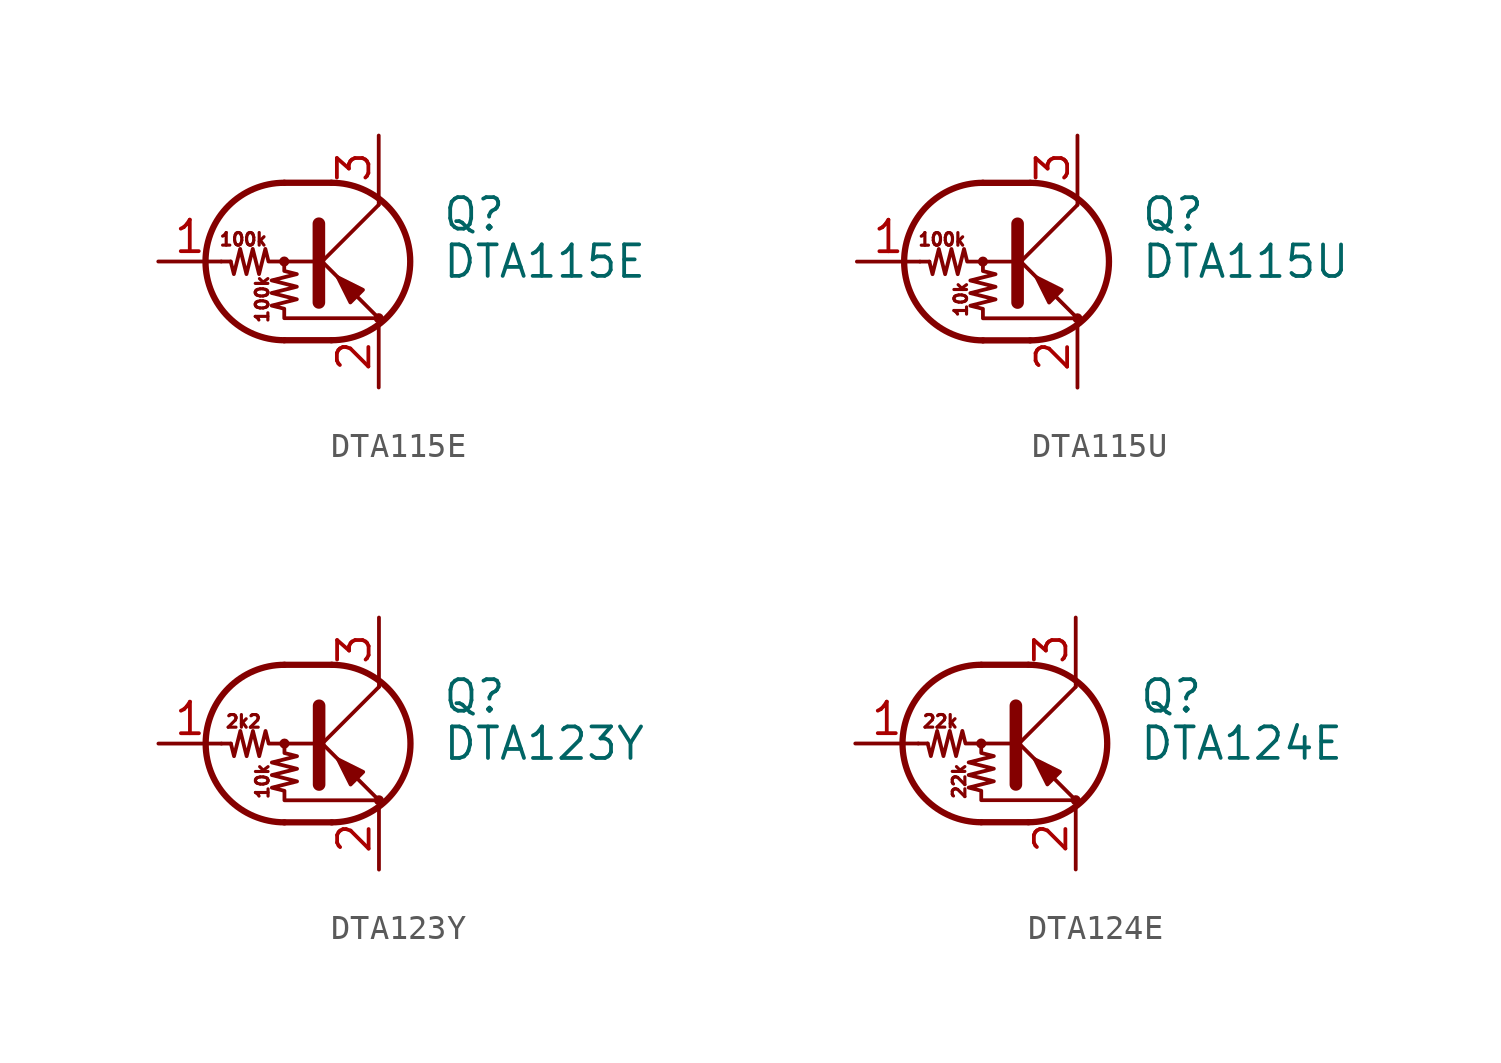
<source format=kicad_sym>
(kicad_symbol_lib
  (version 20231120)
  (generator "kicad_symbol_editor")
  (generator_version "8.0")
  (symbol "DTA115E"
    (pin_names
      (offset 0) hide)
    (property "Reference" "Q"
      (at 5.08 1.905 0)
      (effects (font (size 1.27 1.27)) (justify left)))
    (property "Value" "DTA115E"
      (at 5.08 0 0)
      (effects (font (size 1.27 1.27)) (justify left)))
    (symbol "DTA115E_0_0"
      (text "100k" (at -2.921 0.889 0) (effects (font (size 0.508 0.508))))
      (text "100k" (at -2.159 -1.524 900) (effects (font (size 0.508 0.508)))))
    (symbol "DTA115E_0_1"
      (circle (center -1.27 0) (radius 0.127) (stroke (width 0) (type default)) (fill (type none)))
      (arc (start -1.27 3.175) (mid -4.4312 0) (end -1.27 -3.175) (stroke (width 0.254) (type default)) (fill (type none)))
      (polyline (pts (xy -3.429 0) (xy -3.81 0)) (stroke (width 0) (type default)) (fill (type none)))
      (polyline (pts (xy -1.27 -3.175) (xy 0.635 -3.175)) (stroke (width 0.254) (type default)) (fill (type none)))
      (polyline (pts (xy -1.27 3.175) (xy 0.635 3.175)) (stroke (width 0.254) (type default)) (fill (type none)))
      (polyline (pts (xy 0 -0.254) (xy 2.54 2.286)) (stroke (width 0) (type default)) (fill (type none)))
      (polyline (pts (xy 0.127 1.524) (xy 0.127 -1.651)) (stroke (width 0.508) (type default)) (fill (type outline)))
      (polyline (pts (xy 2.54 2.286) (xy 2.54 2.54)) (stroke (width 0) (type default)) (fill (type none)))
      (polyline (pts (xy 2.54 -2.286) (xy 0 0.254) (xy 0 0.254)) (stroke (width 0) (type default)) (fill (type none)))
      (polyline (pts (xy 1.397 -1.651) (xy 1.905 -1.143) (xy 0.889 -0.635) (xy 1.397 -1.651)) (stroke (width 0) (type default)) (fill (type outline)))
      (polyline (pts (xy 0 0) (xy -1.905 0) (xy -2.032 0.508) (xy -2.286 -0.508) (xy -2.54 0.508) (xy -2.794 -0.508) (xy -3.048 0.508) (xy -3.302 -0.508) (xy -3.429 0)) (stroke (width 0) (type default)) (fill (type none)))
      (polyline (pts (xy -1.27 0) (xy -1.27 -0.381) (xy -0.762 -0.508) (xy -1.778 -0.762) (xy -0.762 -1.016) (xy -1.778 -1.27) (xy -0.762 -1.524) (xy -1.778 -1.778) (xy -1.27 -1.905) (xy -1.27 -2.286) (xy 2.54 -2.286)) (stroke (width 0) (type default)) (fill (type none)))
      (arc (start 0.635 -3.175) (mid 3.7962 0) (end 0.635 3.175) (stroke (width 0.254) (type default)) (fill (type none)))
      (circle (center 2.54 -2.286) (radius 0.127) (stroke (width 0) (type default)) (fill (type none))))
    (symbol "DTA115E_1_1"
      (pin input line (at -6.35 0 0) (length 2.54) (name "B" (effects (font (size 1.27 1.27)))) (number "1" (effects (font (size 1.27 1.27)))))
      (pin passive line (at 2.54 -5.08 90) (length 2.54) (name "E" (effects (font (size 1.27 1.27)))) (number "2" (effects (font (size 1.27 1.27)))))
      (pin passive line (at 2.54 5.08 270) (length 2.54) (name "C" (effects (font (size 1.27 1.27)))) (number "3" (effects (font (size 1.27 1.27)))))))
  (symbol "DTA115U"
    (pin_names
      (offset 0) hide)
    (property "Reference" "Q"
      (at 5.08 1.905 0)
      (effects (font (size 1.27 1.27)) (justify left)))
    (property "Value" "DTA115U"
      (at 5.08 0 0)
      (effects (font (size 1.27 1.27)) (justify left)))
    (symbol "DTA115U_0_0"
      (text "100k" (at -2.921 0.889 0) (effects (font (size 0.508 0.508))))
      (text "10k" (at -2.159 -1.524 900) (effects (font (size 0.508 0.508)))))
    (symbol "DTA115U_0_1"
      (circle (center -1.27 0) (radius 0.127) (stroke (width 0) (type default)) (fill (type none)))
      (arc (start -1.27 3.175) (mid -4.4312 0) (end -1.27 -3.175) (stroke (width 0.254) (type default)) (fill (type none)))
      (polyline (pts (xy -3.429 0) (xy -3.81 0)) (stroke (width 0) (type default)) (fill (type none)))
      (polyline (pts (xy -1.27 -3.175) (xy 0.635 -3.175)) (stroke (width 0.254) (type default)) (fill (type none)))
      (polyline (pts (xy -1.27 3.175) (xy 0.635 3.175)) (stroke (width 0.254) (type default)) (fill (type none)))
      (polyline (pts (xy 0 -0.254) (xy 2.54 2.286)) (stroke (width 0) (type default)) (fill (type none)))
      (polyline (pts (xy 0.127 1.524) (xy 0.127 -1.651)) (stroke (width 0.508) (type default)) (fill (type outline)))
      (polyline (pts (xy 2.54 2.286) (xy 2.54 2.54)) (stroke (width 0) (type default)) (fill (type none)))
      (polyline (pts (xy 2.54 -2.286) (xy 0 0.254) (xy 0 0.254)) (stroke (width 0) (type default)) (fill (type none)))
      (polyline (pts (xy 1.397 -1.651) (xy 1.905 -1.143) (xy 0.889 -0.635) (xy 1.397 -1.651)) (stroke (width 0) (type default)) (fill (type outline)))
      (polyline (pts (xy 0 0) (xy -1.905 0) (xy -2.032 0.508) (xy -2.286 -0.508) (xy -2.54 0.508) (xy -2.794 -0.508) (xy -3.048 0.508) (xy -3.302 -0.508) (xy -3.429 0)) (stroke (width 0) (type default)) (fill (type none)))
      (polyline (pts (xy -1.27 0) (xy -1.27 -0.381) (xy -0.762 -0.508) (xy -1.778 -0.762) (xy -0.762 -1.016) (xy -1.778 -1.27) (xy -0.762 -1.524) (xy -1.778 -1.778) (xy -1.27 -1.905) (xy -1.27 -2.286) (xy 2.54 -2.286)) (stroke (width 0) (type default)) (fill (type none)))
      (arc (start 0.635 -3.175) (mid 3.7962 0) (end 0.635 3.175) (stroke (width 0.254) (type default)) (fill (type none)))
      (circle (center 2.54 -2.286) (radius 0.127) (stroke (width 0) (type default)) (fill (type none))))
    (symbol "DTA115U_1_1"
      (pin input line (at -6.35 0 0) (length 2.54) (name "B" (effects (font (size 1.27 1.27)))) (number "1" (effects (font (size 1.27 1.27)))))
      (pin passive line (at 2.54 -5.08 90) (length 2.54) (name "E" (effects (font (size 1.27 1.27)))) (number "2" (effects (font (size 1.27 1.27)))))
      (pin passive line (at 2.54 5.08 270) (length 2.54) (name "C" (effects (font (size 1.27 1.27)))) (number "3" (effects (font (size 1.27 1.27)))))))
  (symbol "DTA123Y"
    (pin_names
      (offset 0) hide)
    (property "Reference" "Q"
      (at 5.08 1.905 0)
      (effects (font (size 1.27 1.27)) (justify left)))
    (property "Value" "DTA123Y"
      (at 5.08 0 0)
      (effects (font (size 1.27 1.27)) (justify left)))
    (symbol "DTA123Y_0_0"
      (text "10k" (at -2.159 -1.524 900) (effects (font (size 0.508 0.508))))
      (text "2k2" (at -2.921 0.889 0) (effects (font (size 0.508 0.508)))))
    (symbol "DTA123Y_0_1"
      (circle (center -1.27 0) (radius 0.127) (stroke (width 0) (type default)) (fill (type none)))
      (arc (start -1.27 3.175) (mid -4.4312 0) (end -1.27 -3.175) (stroke (width 0.254) (type default)) (fill (type none)))
      (polyline (pts (xy -3.429 0) (xy -3.81 0)) (stroke (width 0) (type default)) (fill (type none)))
      (polyline (pts (xy -1.27 -3.175) (xy 0.635 -3.175)) (stroke (width 0.254) (type default)) (fill (type none)))
      (polyline (pts (xy -1.27 3.175) (xy 0.635 3.175)) (stroke (width 0.254) (type default)) (fill (type none)))
      (polyline (pts (xy 0 -0.254) (xy 2.54 2.286)) (stroke (width 0) (type default)) (fill (type none)))
      (polyline (pts (xy 0.127 1.524) (xy 0.127 -1.651)) (stroke (width 0.508) (type default)) (fill (type outline)))
      (polyline (pts (xy 2.54 2.286) (xy 2.54 2.54)) (stroke (width 0) (type default)) (fill (type none)))
      (polyline (pts (xy 2.54 -2.286) (xy 0 0.254) (xy 0 0.254)) (stroke (width 0) (type default)) (fill (type none)))
      (polyline (pts (xy 1.397 -1.651) (xy 1.905 -1.143) (xy 0.889 -0.635) (xy 1.397 -1.651)) (stroke (width 0) (type default)) (fill (type outline)))
      (polyline (pts (xy 0 0) (xy -1.905 0) (xy -2.032 0.508) (xy -2.286 -0.508) (xy -2.54 0.508) (xy -2.794 -0.508) (xy -3.048 0.508) (xy -3.302 -0.508) (xy -3.429 0)) (stroke (width 0) (type default)) (fill (type none)))
      (polyline (pts (xy -1.27 0) (xy -1.27 -0.381) (xy -0.762 -0.508) (xy -1.778 -0.762) (xy -0.762 -1.016) (xy -1.778 -1.27) (xy -0.762 -1.524) (xy -1.778 -1.778) (xy -1.27 -1.905) (xy -1.27 -2.286) (xy 2.54 -2.286)) (stroke (width 0) (type default)) (fill (type none)))
      (arc (start 0.635 -3.175) (mid 3.7962 0) (end 0.635 3.175) (stroke (width 0.254) (type default)) (fill (type none)))
      (circle (center 2.54 -2.286) (radius 0.127) (stroke (width 0) (type default)) (fill (type none))))
    (symbol "DTA123Y_1_1"
      (pin input line (at -6.35 0 0) (length 2.54) (name "B" (effects (font (size 1.27 1.27)))) (number "1" (effects (font (size 1.27 1.27)))))
      (pin passive line (at 2.54 -5.08 90) (length 2.54) (name "E" (effects (font (size 1.27 1.27)))) (number "2" (effects (font (size 1.27 1.27)))))
      (pin passive line (at 2.54 5.08 270) (length 2.54) (name "C" (effects (font (size 1.27 1.27)))) (number "3" (effects (font (size 1.27 1.27)))))))
  (symbol "DTA124E"
    (pin_names
      (offset 0) hide)
    (property "Reference" "Q"
      (at 5.08 1.905 0)
      (effects (font (size 1.27 1.27)) (justify left)))
    (property "Value" "DTA124E"
      (at 5.08 0 0)
      (effects (font (size 1.27 1.27)) (justify left)))
    (symbol "DTA124E_0_0"
      (text "22k" (at -2.921 0.889 0) (effects (font (size 0.508 0.508))))
      (text "22k" (at -2.159 -1.524 900) (effects (font (size 0.508 0.508)))))
    (symbol "DTA124E_0_1"
      (circle (center -1.27 0) (radius 0.127) (stroke (width 0) (type default)) (fill (type none)))
      (arc (start -1.27 3.175) (mid -4.4312 0) (end -1.27 -3.175) (stroke (width 0.254) (type default)) (fill (type none)))
      (polyline (pts (xy -3.429 0) (xy -3.81 0)) (stroke (width 0) (type default)) (fill (type none)))
      (polyline (pts (xy -1.27 -3.175) (xy 0.635 -3.175)) (stroke (width 0.254) (type default)) (fill (type none)))
      (polyline (pts (xy -1.27 3.175) (xy 0.635 3.175)) (stroke (width 0.254) (type default)) (fill (type none)))
      (polyline (pts (xy 0 -0.254) (xy 2.54 2.286)) (stroke (width 0) (type default)) (fill (type none)))
      (polyline (pts (xy 0.127 1.524) (xy 0.127 -1.651)) (stroke (width 0.508) (type default)) (fill (type outline)))
      (polyline (pts (xy 2.54 2.286) (xy 2.54 2.54)) (stroke (width 0) (type default)) (fill (type none)))
      (polyline (pts (xy 2.54 -2.286) (xy 0 0.254) (xy 0 0.254)) (stroke (width 0) (type default)) (fill (type none)))
      (polyline (pts (xy 1.397 -1.651) (xy 1.905 -1.143) (xy 0.889 -0.635) (xy 1.397 -1.651)) (stroke (width 0) (type default)) (fill (type outline)))
      (polyline (pts (xy 0 0) (xy -1.905 0) (xy -2.032 0.508) (xy -2.286 -0.508) (xy -2.54 0.508) (xy -2.794 -0.508) (xy -3.048 0.508) (xy -3.302 -0.508) (xy -3.429 0)) (stroke (width 0) (type default)) (fill (type none)))
      (polyline (pts (xy -1.27 0) (xy -1.27 -0.381) (xy -0.762 -0.508) (xy -1.778 -0.762) (xy -0.762 -1.016) (xy -1.778 -1.27) (xy -0.762 -1.524) (xy -1.778 -1.778) (xy -1.27 -1.905) (xy -1.27 -2.286) (xy 2.54 -2.286)) (stroke (width 0) (type default)) (fill (type none)))
      (arc (start 0.635 -3.175) (mid 3.7962 0) (end 0.635 3.175) (stroke (width 0.254) (type default)) (fill (type none)))
      (circle (center 2.54 -2.286) (radius 0.127) (stroke (width 0) (type default)) (fill (type none))))
    (symbol "DTA124E_1_1"
      (pin input line (at -6.35 0 0) (length 2.54) (name "B" (effects (font (size 1.27 1.27)))) (number "1" (effects (font (size 1.27 1.27)))))
      (pin passive line (at 2.54 -5.08 90) (length 2.54) (name "E" (effects (font (size 1.27 1.27)))) (number "2" (effects (font (size 1.27 1.27)))))
      (pin passive line (at 2.54 5.08 270) (length 2.54) (name "C" (effects (font (size 1.27 1.27)))) (number "3" (effects (font (size 1.27 1.27))))))))
</source>
